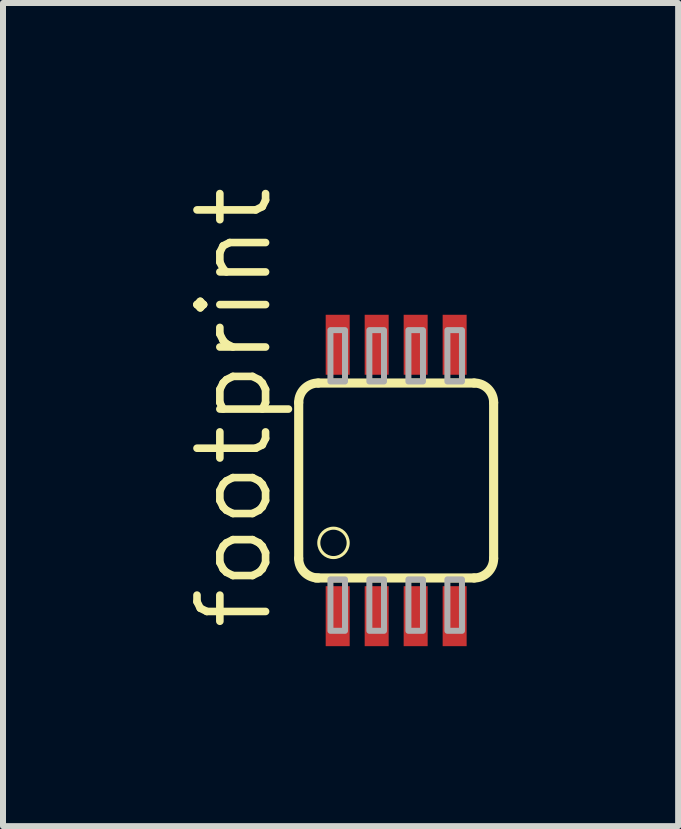
<source format=kicad_pcb>
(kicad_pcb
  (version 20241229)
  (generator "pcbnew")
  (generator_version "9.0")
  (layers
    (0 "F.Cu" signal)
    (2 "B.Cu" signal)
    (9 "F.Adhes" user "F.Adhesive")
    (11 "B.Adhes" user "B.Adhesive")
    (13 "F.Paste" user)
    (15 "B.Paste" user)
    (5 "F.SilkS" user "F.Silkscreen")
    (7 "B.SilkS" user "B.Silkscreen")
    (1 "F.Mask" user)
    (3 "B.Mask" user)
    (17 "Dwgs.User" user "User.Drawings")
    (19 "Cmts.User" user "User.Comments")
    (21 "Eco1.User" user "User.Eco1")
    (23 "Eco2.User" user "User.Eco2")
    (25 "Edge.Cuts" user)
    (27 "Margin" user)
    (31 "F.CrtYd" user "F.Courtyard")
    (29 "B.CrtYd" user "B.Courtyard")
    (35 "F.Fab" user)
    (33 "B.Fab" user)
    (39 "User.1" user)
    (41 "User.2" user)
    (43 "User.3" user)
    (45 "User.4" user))
  (footprint "footprint"
    (layer "F.Cu")
    (at 3.556 4.96)
    (property "Reference" "footprint" (at -2.032 2.54 90) (layer "F.SilkS") (effects (font (size 1.143 1.143) (thickness 0.127)) (justify left bottom)))
    (fp_line (start -1.626 1.301) (end -1.626 -1.299) (stroke (width 0.152) (type solid)) (layer "F.SilkS"))
    (fp_line (start -1.341 1.626) (end 1.299 1.626) (stroke (width 0.152) (type solid)) (layer "F.SilkS"))
    (fp_line (start -1.301 -1.624) (end 1.299 -1.624) (stroke (width 0.152) (type solid)) (layer "F.SilkS"))
    (fp_line (start 1.624 -1.299) (end 1.624 1.301) (stroke (width 0.152) (type solid)) (layer "F.SilkS"))
    (fp_arc (start -1.626 -1.299) (mid -1.53081 -1.52881) (end -1.301 -1.624) (stroke (width 0.1524) (type solid)) (layer "F.SilkS"))
    (fp_arc (start -1.301 1.626) (mid -1.53081 1.53081) (end -1.626 1.301) (stroke (width 0.1524) (type solid)) (layer "F.SilkS"))
    (fp_arc (start 1.299 -1.624) (mid 1.52881 -1.52881) (end 1.624 -1.299) (stroke (width 0.1524) (type solid)) (layer "F.SilkS"))
    (fp_arc (start 1.624 1.301) (mid 1.52881 1.53081) (end 1.299 1.626) (stroke (width 0.1524) (type solid)) (layer "F.SilkS"))
    (fp_circle (center -1.046 1.041) (end -0.801 1.041) (stroke (width 0.051) (type solid)) (fill no) (layer "F.SilkS"))
    (fp_poly (pts (xy -1.097 -1.65) (xy -0.854 -1.65) (xy -0.854 -2.506) (xy -1.097 -2.506)) (stroke (width 0.1) (type solid)) (fill no) (layer "F.Fab"))
    (fp_poly (pts (xy -1.097 2.507) (xy -0.854 2.507) (xy -0.854 1.65) (xy -1.097 1.65)) (stroke (width 0.1) (type solid)) (fill no) (layer "F.Fab"))
    (fp_poly (pts (xy -0.448 -1.65) (xy -0.204 -1.65) (xy -0.204 -2.506) (xy -0.448 -2.506)) (stroke (width 0.1) (type solid)) (fill no) (layer "F.Fab"))
    (fp_poly (pts (xy -0.448 2.507) (xy -0.204 2.507) (xy -0.204 1.65) (xy -0.448 1.65)) (stroke (width 0.1) (type solid)) (fill no) (layer "F.Fab"))
    (fp_poly (pts (xy 0.203 -1.65) (xy 0.446 -1.65) (xy 0.446 -2.506) (xy 0.203 -2.506)) (stroke (width 0.1) (type solid)) (fill no) (layer "F.Fab"))
    (fp_poly (pts (xy 0.203 2.507) (xy 0.446 2.507) (xy 0.446 1.65) (xy 0.203 1.65)) (stroke (width 0.1) (type solid)) (fill no) (layer "F.Fab"))
    (fp_poly (pts (xy 0.853 -1.65) (xy 1.096 -1.65) (xy 1.096 -2.506) (xy 0.853 -2.506)) (stroke (width 0.1) (type solid)) (fill no) (layer "F.Fab"))
    (fp_poly (pts (xy 0.853 2.507) (xy 1.096 2.507) (xy 1.096 1.65) (xy 0.853 1.65)) (stroke (width 0.1) (type solid)) (fill no) (layer "F.Fab"))
    (pad "1" smd rect (at -0.976 2.263) (size 0.4 1) (layers "F.Cu" "F.Mask" "F.Paste"))
    (pad "2" smd rect (at -0.326 2.263) (size 0.4 1) (layers "F.Cu" "F.Mask" "F.Paste"))
    (pad "3" smd rect (at 0.324 2.263) (size 0.4 1) (layers "F.Cu" "F.Mask" "F.Paste"))
    (pad "4" smd rect (at 0.974 2.263) (size 0.4 1) (layers "F.Cu" "F.Mask" "F.Paste"))
    (pad "5" smd rect (at 0.974 -2.262) (size 0.4 1) (layers "F.Cu" "F.Mask" "F.Paste"))
    (pad "6" smd rect (at 0.324 -2.262) (size 0.4 1) (layers "F.Cu" "F.Mask" "F.Paste"))
    (pad "7" smd rect (at -0.326 -2.262) (size 0.4 1) (layers "F.Cu" "F.Mask" "F.Paste"))
    (pad "8" smd rect (at -0.976 -2.262) (size 0.4 1) (layers "F.Cu" "F.Mask" "F.Paste")))
  (gr_rect
    (start -3 -3)
    (end 8.256 10.723)
    (stroke (width 0.1) (type default))
    (fill no)
    (layer "Edge.Cuts")))
</source>
